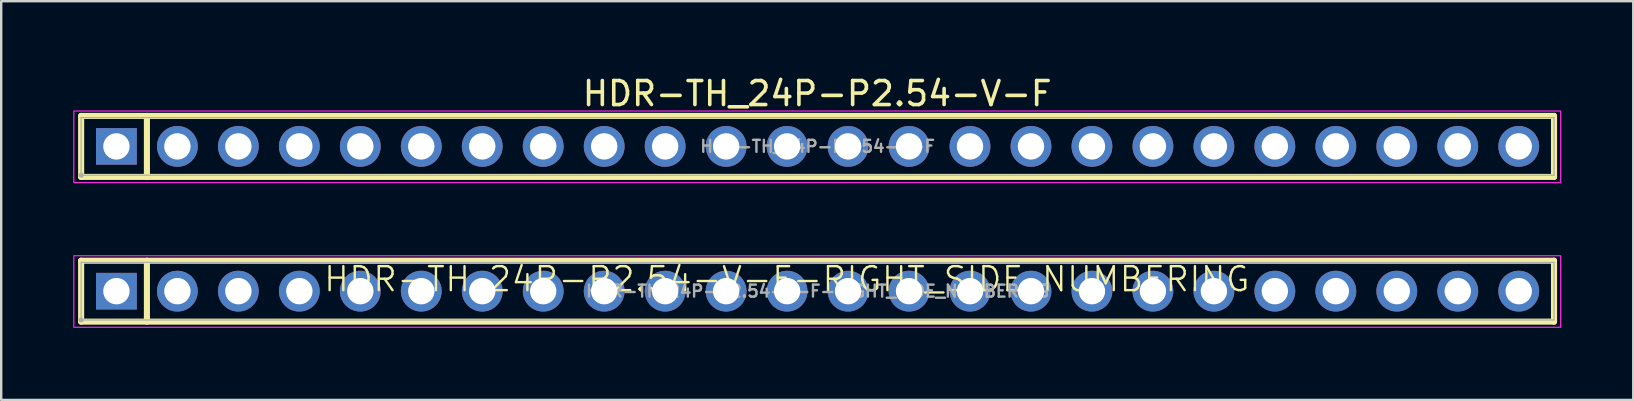
<source format=kicad_pcb>
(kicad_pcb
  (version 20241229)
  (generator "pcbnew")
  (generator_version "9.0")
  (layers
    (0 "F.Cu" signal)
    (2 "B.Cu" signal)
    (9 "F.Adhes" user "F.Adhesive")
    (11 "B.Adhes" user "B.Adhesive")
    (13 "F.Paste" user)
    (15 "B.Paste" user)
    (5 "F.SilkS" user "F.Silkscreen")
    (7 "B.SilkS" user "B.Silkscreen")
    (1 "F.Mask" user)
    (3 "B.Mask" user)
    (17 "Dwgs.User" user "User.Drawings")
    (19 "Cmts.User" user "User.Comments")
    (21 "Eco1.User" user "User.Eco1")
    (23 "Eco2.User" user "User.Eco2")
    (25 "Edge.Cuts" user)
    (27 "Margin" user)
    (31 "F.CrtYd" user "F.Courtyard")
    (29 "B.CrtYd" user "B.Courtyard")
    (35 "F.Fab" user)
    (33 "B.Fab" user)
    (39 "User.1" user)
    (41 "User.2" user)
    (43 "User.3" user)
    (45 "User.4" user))
  (footprint "HDR-TH_24P-P2.54-V-F"
    (layer "F.Cu")
    (at 31.01 3.049)
    (property "Reference" "HDR-TH_24P-P2.54-V-F" (at -0.015 -2.2 0) (layer "F.SilkS") (effects (font (size 1 1) (thickness 0.15))))
    (fp_line (start -30.68 -1.27) (end -30.68 1.27) (stroke (width 0.254) (type default)) (layer "F.SilkS"))
    (fp_line (start -30.68 -1.27) (end 30.68 -1.27) (stroke (width 0.254) (type default)) (layer "F.SilkS"))
    (fp_line (start -30.68 1.27) (end 30.68 1.27) (stroke (width 0.254) (type default)) (layer "F.SilkS"))
    (fp_line (start -27.94 -1.27) (end -27.94 1.27) (stroke (width 0.254) (type default)) (layer "F.SilkS"))
    (fp_line (start 30.68 -1.27) (end 30.68 1.27) (stroke (width 0.254) (type default)) (layer "F.SilkS"))
    (fp_rect (start -30.985 -1.476) (end 30.956 1.505) (stroke (width 0.05) (type default)) (fill no) (layer "F.CrtYd"))
    (fp_line (start -30.68 -1.2) (end 30.68 -1.2) (stroke (width 0.051) (type default)) (layer "F.Fab"))
    (fp_line (start -30.68 1.2) (end -30.68 -1.2) (stroke (width 0.051) (type default)) (layer "F.Fab"))
    (fp_line (start 30.68 -1.2) (end 30.68 1.2) (stroke (width 0.051) (type default)) (layer "F.Fab"))
    (fp_line (start 30.68 1.2) (end -30.68 1.2) (stroke (width 0.051) (type default)) (layer "F.Fab"))
    (fp_poly (pts (xy -30.625 1.177) (xy -30.657 1.145) (xy -30.703 1.145) (xy -30.735 1.177) (xy -30.735 1.223) (xy -30.703 1.255) (xy -30.657 1.255) (xy -30.625 1.223)) (stroke (width 0.1) (type default)) (fill no) (layer "F.Fab"))
    (fp_poly (pts (xy -29.53 -0.15) (xy -28.89 -0.15) (xy -28.89 0.15) (xy -29.53 0.15)) (stroke (width 0.1) (type default)) (fill no) (layer "User.1"))
    (fp_poly (pts (xy -26.99 -0.15) (xy -26.35 -0.15) (xy -26.35 0.15) (xy -26.99 0.15)) (stroke (width 0.1) (type default)) (fill no) (layer "User.1"))
    (fp_poly (pts (xy -24.45 -0.15) (xy -23.81 -0.15) (xy -23.81 0.15) (xy -24.45 0.15)) (stroke (width 0.1) (type default)) (fill no) (layer "User.1"))
    (fp_poly (pts (xy -21.91 -0.15) (xy -21.27 -0.15) (xy -21.27 0.15) (xy -21.91 0.15)) (stroke (width 0.1) (type default)) (fill no) (layer "User.1"))
    (fp_poly (pts (xy -19.37 -0.15) (xy -18.73 -0.15) (xy -18.73 0.15) (xy -19.37 0.15)) (stroke (width 0.1) (type default)) (fill no) (layer "User.1"))
    (fp_poly (pts (xy -16.83 -0.15) (xy -16.19 -0.15) (xy -16.19 0.15) (xy -16.83 0.15)) (stroke (width 0.1) (type default)) (fill no) (layer "User.1"))
    (fp_poly (pts (xy -14.29 -0.15) (xy -13.65 -0.15) (xy -13.65 0.15) (xy -14.29 0.15)) (stroke (width 0.1) (type default)) (fill no) (layer "User.1"))
    (fp_poly (pts (xy -11.75 -0.15) (xy -11.11 -0.15) (xy -11.11 0.15) (xy -11.75 0.15)) (stroke (width 0.1) (type default)) (fill no) (layer "User.1"))
    (fp_poly (pts (xy -9.21 -0.15) (xy -8.57 -0.15) (xy -8.57 0.15) (xy -9.21 0.15)) (stroke (width 0.1) (type default)) (fill no) (layer "User.1"))
    (fp_poly (pts (xy -6.67 -0.15) (xy -6.03 -0.15) (xy -6.03 0.15) (xy -6.67 0.15)) (stroke (width 0.1) (type default)) (fill no) (layer "User.1"))
    (fp_poly (pts (xy -4.13 -0.15) (xy -3.49 -0.15) (xy -3.49 0.15) (xy -4.13 0.15)) (stroke (width 0.1) (type default)) (fill no) (layer "User.1"))
    (fp_poly (pts (xy -1.59 -0.15) (xy -0.95 -0.15) (xy -0.95 0.15) (xy -1.59 0.15)) (stroke (width 0.1) (type default)) (fill no) (layer "User.1"))
    (fp_poly (pts (xy 0.95 -0.15) (xy 1.59 -0.15) (xy 1.59 0.15) (xy 0.95 0.15)) (stroke (width 0.1) (type default)) (fill no) (layer "User.1"))
    (fp_poly (pts (xy 3.49 -0.15) (xy 4.13 -0.15) (xy 4.13 0.15) (xy 3.49 0.15)) (stroke (width 0.1) (type default)) (fill no) (layer "User.1"))
    (fp_poly (pts (xy 6.03 -0.15) (xy 6.67 -0.15) (xy 6.67 0.15) (xy 6.03 0.15)) (stroke (width 0.1) (type default)) (fill no) (layer "User.1"))
    (fp_poly (pts (xy 8.57 -0.15) (xy 9.21 -0.15) (xy 9.21 0.15) (xy 8.57 0.15)) (stroke (width 0.1) (type default)) (fill no) (layer "User.1"))
    (fp_poly (pts (xy 11.11 -0.15) (xy 11.75 -0.15) (xy 11.75 0.15) (xy 11.11 0.15)) (stroke (width 0.1) (type default)) (fill no) (layer "User.1"))
    (fp_poly (pts (xy 13.65 -0.15) (xy 14.29 -0.15) (xy 14.29 0.15) (xy 13.65 0.15)) (stroke (width 0.1) (type default)) (fill no) (layer "User.1"))
    (fp_poly (pts (xy 16.19 -0.15) (xy 16.83 -0.15) (xy 16.83 0.15) (xy 16.19 0.15)) (stroke (width 0.1) (type default)) (fill no) (layer "User.1"))
    (fp_poly (pts (xy 18.73 -0.15) (xy 19.37 -0.15) (xy 19.37 0.15) (xy 18.73 0.15)) (stroke (width 0.1) (type default)) (fill no) (layer "User.1"))
    (fp_poly (pts (xy 21.27 -0.15) (xy 21.91 -0.15) (xy 21.91 0.15) (xy 21.27 0.15)) (stroke (width 0.1) (type default)) (fill no) (layer "User.1"))
    (fp_poly (pts (xy 23.81 -0.15) (xy 24.45 -0.15) (xy 24.45 0.15) (xy 23.81 0.15)) (stroke (width 0.1) (type default)) (fill no) (layer "User.1"))
    (fp_poly (pts (xy 26.35 -0.15) (xy 26.99 -0.15) (xy 26.99 0.15) (xy 26.35 0.15)) (stroke (width 0.1) (type default)) (fill no) (layer "User.1"))
    (fp_poly (pts (xy 28.89 -0.15) (xy 29.53 -0.15) (xy 29.53 0.15) (xy 28.89 0.15)) (stroke (width 0.1) (type default)) (fill no) (layer "User.1"))
    (fp_text user "${REFERENCE}" (at 0 0 0) (layer "F.Fab") (effects (font (size 0.5 0.5) (thickness 0.1))))
    (pad "1" thru_hole rect (at -29.21 0) (size 1.7 1.524) (drill 1.1) (layers "*.Cu" "*.Mask"))
    (pad "2" thru_hole circle (at -26.67 0) (size 1.7 1.7) (drill 1.1) (layers "*.Cu" "*.Mask"))
    (pad "3" thru_hole circle (at -24.13 0) (size 1.7 1.7) (drill 1.1) (layers "*.Cu" "*.Mask"))
    (pad "4" thru_hole circle (at -21.59 0) (size 1.7 1.7) (drill 1.1) (layers "*.Cu" "*.Mask"))
    (pad "5" thru_hole circle (at -19.05 0) (size 1.7 1.7) (drill 1.1) (layers "*.Cu" "*.Mask"))
    (pad "6" thru_hole circle (at -16.51 0) (size 1.7 1.7) (drill 1.1) (layers "*.Cu" "*.Mask"))
    (pad "7" thru_hole circle (at -13.97 0) (size 1.7 1.7) (drill 1.1) (layers "*.Cu" "*.Mask"))
    (pad "8" thru_hole circle (at -11.43 0) (size 1.7 1.7) (drill 1.1) (layers "*.Cu" "*.Mask"))
    (pad "9" thru_hole circle (at -8.89 0) (size 1.7 1.7) (drill 1.1) (layers "*.Cu" "*.Mask"))
    (pad "10" thru_hole circle (at -6.35 0) (size 1.7 1.7) (drill 1.1) (layers "*.Cu" "*.Mask"))
    (pad "11" thru_hole circle (at -3.81 0) (size 1.7 1.7) (drill 1.1) (layers "*.Cu" "*.Mask"))
    (pad "12" thru_hole circle (at -1.27 0) (size 1.7 1.7) (drill 1.1) (layers "*.Cu" "*.Mask"))
    (pad "13" thru_hole circle (at 1.27 0) (size 1.7 1.7) (drill 1.1) (layers "*.Cu" "*.Mask"))
    (pad "14" thru_hole circle (at 3.81 0) (size 1.7 1.7) (drill 1.1) (layers "*.Cu" "*.Mask"))
    (pad "15" thru_hole circle (at 6.35 0) (size 1.7 1.7) (drill 1.1) (layers "*.Cu" "*.Mask"))
    (pad "16" thru_hole circle (at 8.89 0) (size 1.7 1.7) (drill 1.1) (layers "*.Cu" "*.Mask"))
    (pad "17" thru_hole circle (at 11.43 0) (size 1.7 1.7) (drill 1.1) (layers "*.Cu" "*.Mask"))
    (pad "18" thru_hole circle (at 13.97 0) (size 1.7 1.7) (drill 1.1) (layers "*.Cu" "*.Mask"))
    (pad "19" thru_hole circle (at 16.51 0) (size 1.7 1.7) (drill 1.1) (layers "*.Cu" "*.Mask"))
    (pad "20" thru_hole circle (at 19.05 0) (size 1.7 1.7) (drill 1.1) (layers "*.Cu" "*.Mask"))
    (pad "21" thru_hole circle (at 21.59 0) (size 1.7 1.7) (drill 1.1) (layers "*.Cu" "*.Mask"))
    (pad "22" thru_hole circle (at 24.13 0) (size 1.7 1.7) (drill 1.1) (layers "*.Cu" "*.Mask"))
    (pad "23" thru_hole circle (at 26.67 0) (size 1.7 1.7) (drill 1.1) (layers "*.Cu" "*.Mask"))
    (pad "24" thru_hole circle (at 29.21 0) (size 1.7 1.7) (drill 1.1) (layers "*.Cu" "*.Mask")))
  (footprint "HDR-TH_24P-P2.54-V-F-RIGHT_SIDE_NUMBERING"
    (layer "F.Cu")
    (at 29.73 9.08)
    (property "Reference" "HDR-TH_24P-P2.54-V-F-RIGHT_SIDE_NUMBERING" (at 0 -0.5 0) (unlocked yes) (layer "F.SilkS") (effects (font (size 1 1) (thickness 0.1))))
    (attr exclude_from_pos_files)
    (fp_line (start -29.4 -1.27) (end -29.4 1.27) (stroke (width 0.254) (type default)) (layer "F.SilkS"))
    (fp_line (start -29.4 -1.27) (end 31.96 -1.27) (stroke (width 0.254) (type default)) (layer "F.SilkS"))
    (fp_line (start -29.4 1.27) (end 31.96 1.27) (stroke (width 0.254) (type default)) (layer "F.SilkS"))
    (fp_line (start -26.66 -1.27) (end -26.66 1.27) (stroke (width 0.254) (type default)) (layer "F.SilkS"))
    (fp_line (start 31.96 -1.27) (end 31.96 1.27) (stroke (width 0.254) (type default)) (layer "F.SilkS"))
    (fp_rect (start -29.705 -1.476) (end 32.236 1.505) (stroke (width 0.05) (type default)) (fill no) (layer "F.CrtYd"))
    (fp_line (start -29.4 -1.2) (end 31.96 -1.2) (stroke (width 0.051) (type default)) (layer "F.Fab"))
    (fp_line (start -29.4 1.2) (end -29.4 -1.2) (stroke (width 0.051) (type default)) (layer "F.Fab"))
    (fp_line (start 31.96 -1.2) (end 31.96 1.2) (stroke (width 0.051) (type default)) (layer "F.Fab"))
    (fp_line (start 31.96 1.2) (end -29.4 1.2) (stroke (width 0.051) (type default)) (layer "F.Fab"))
    (fp_poly (pts (xy -29.345 1.177) (xy -29.377 1.145) (xy -29.423 1.145) (xy -29.455 1.177) (xy -29.455 1.223) (xy -29.423 1.255) (xy -29.377 1.255) (xy -29.345 1.223)) (stroke (width 0.1) (type default)) (fill no) (layer "F.Fab"))
    (fp_poly (pts (xy -28.25 -0.15) (xy -27.61 -0.15) (xy -27.61 0.15) (xy -28.25 0.15)) (stroke (width 0.1) (type default)) (fill no) (layer "User.1"))
    (fp_poly (pts (xy -25.71 -0.15) (xy -25.07 -0.15) (xy -25.07 0.15) (xy -25.71 0.15)) (stroke (width 0.1) (type default)) (fill no) (layer "User.1"))
    (fp_poly (pts (xy -23.17 -0.15) (xy -22.53 -0.15) (xy -22.53 0.15) (xy -23.17 0.15)) (stroke (width 0.1) (type default)) (fill no) (layer "User.1"))
    (fp_poly (pts (xy -20.63 -0.15) (xy -19.99 -0.15) (xy -19.99 0.15) (xy -20.63 0.15)) (stroke (width 0.1) (type default)) (fill no) (layer "User.1"))
    (fp_poly (pts (xy -18.09 -0.15) (xy -17.45 -0.15) (xy -17.45 0.15) (xy -18.09 0.15)) (stroke (width 0.1) (type default)) (fill no) (layer "User.1"))
    (fp_poly (pts (xy -15.55 -0.15) (xy -14.91 -0.15) (xy -14.91 0.15) (xy -15.55 0.15)) (stroke (width 0.1) (type default)) (fill no) (layer "User.1"))
    (fp_poly (pts (xy -13.01 -0.15) (xy -12.37 -0.15) (xy -12.37 0.15) (xy -13.01 0.15)) (stroke (width 0.1) (type default)) (fill no) (layer "User.1"))
    (fp_poly (pts (xy -10.47 -0.15) (xy -9.83 -0.15) (xy -9.83 0.15) (xy -10.47 0.15)) (stroke (width 0.1) (type default)) (fill no) (layer "User.1"))
    (fp_poly (pts (xy -7.93 -0.15) (xy -7.29 -0.15) (xy -7.29 0.15) (xy -7.93 0.15)) (stroke (width 0.1) (type default)) (fill no) (layer "User.1"))
    (fp_poly (pts (xy -5.39 -0.15) (xy -4.75 -0.15) (xy -4.75 0.15) (xy -5.39 0.15)) (stroke (width 0.1) (type default)) (fill no) (layer "User.1"))
    (fp_poly (pts (xy -2.85 -0.15) (xy -2.21 -0.15) (xy -2.21 0.15) (xy -2.85 0.15)) (stroke (width 0.1) (type default)) (fill no) (layer "User.1"))
    (fp_poly (pts (xy -0.31 -0.15) (xy 0.33 -0.15) (xy 0.33 0.15) (xy -0.31 0.15)) (stroke (width 0.1) (type default)) (fill no) (layer "User.1"))
    (fp_poly (pts (xy 2.23 -0.15) (xy 2.87 -0.15) (xy 2.87 0.15) (xy 2.23 0.15)) (stroke (width 0.1) (type default)) (fill no) (layer "User.1"))
    (fp_poly (pts (xy 4.77 -0.15) (xy 5.41 -0.15) (xy 5.41 0.15) (xy 4.77 0.15)) (stroke (width 0.1) (type default)) (fill no) (layer "User.1"))
    (fp_poly (pts (xy 7.31 -0.15) (xy 7.95 -0.15) (xy 7.95 0.15) (xy 7.31 0.15)) (stroke (width 0.1) (type default)) (fill no) (layer "User.1"))
    (fp_poly (pts (xy 9.85 -0.15) (xy 10.49 -0.15) (xy 10.49 0.15) (xy 9.85 0.15)) (stroke (width 0.1) (type default)) (fill no) (layer "User.1"))
    (fp_poly (pts (xy 12.39 -0.15) (xy 13.03 -0.15) (xy 13.03 0.15) (xy 12.39 0.15)) (stroke (width 0.1) (type default)) (fill no) (layer "User.1"))
    (fp_poly (pts (xy 14.93 -0.15) (xy 15.57 -0.15) (xy 15.57 0.15) (xy 14.93 0.15)) (stroke (width 0.1) (type default)) (fill no) (layer "User.1"))
    (fp_poly (pts (xy 17.47 -0.15) (xy 18.11 -0.15) (xy 18.11 0.15) (xy 17.47 0.15)) (stroke (width 0.1) (type default)) (fill no) (layer "User.1"))
    (fp_poly (pts (xy 20.01 -0.15) (xy 20.65 -0.15) (xy 20.65 0.15) (xy 20.01 0.15)) (stroke (width 0.1) (type default)) (fill no) (layer "User.1"))
    (fp_poly (pts (xy 22.55 -0.15) (xy 23.19 -0.15) (xy 23.19 0.15) (xy 22.55 0.15)) (stroke (width 0.1) (type default)) (fill no) (layer "User.1"))
    (fp_poly (pts (xy 25.09 -0.15) (xy 25.73 -0.15) (xy 25.73 0.15) (xy 25.09 0.15)) (stroke (width 0.1) (type default)) (fill no) (layer "User.1"))
    (fp_poly (pts (xy 27.63 -0.15) (xy 28.27 -0.15) (xy 28.27 0.15) (xy 27.63 0.15)) (stroke (width 0.1) (type default)) (fill no) (layer "User.1"))
    (fp_poly (pts (xy 30.17 -0.15) (xy 30.81 -0.15) (xy 30.81 0.15) (xy 30.17 0.15)) (stroke (width 0.1) (type default)) (fill no) (layer "User.1"))
    (fp_text user "${REFERENCE}" (at 1.28 0 0) (layer "F.Fab") (effects (font (size 0.5 0.5) (thickness 0.1))))
    (pad "25" thru_hole rect (at -27.93 0) (size 1.7 1.524) (drill 1.1) (layers "*.Cu" "*.Mask"))
    (pad "26" thru_hole circle (at -25.39 0) (size 1.7 1.7) (drill 1.1) (layers "*.Cu" "*.Mask"))
    (pad "27" thru_hole circle (at -22.85 0) (size 1.7 1.7) (drill 1.1) (layers "*.Cu" "*.Mask"))
    (pad "28" thru_hole circle (at -20.31 0) (size 1.7 1.7) (drill 1.1) (layers "*.Cu" "*.Mask"))
    (pad "29" thru_hole circle (at -17.77 0) (size 1.7 1.7) (drill 1.1) (layers "*.Cu" "*.Mask"))
    (pad "30" thru_hole circle (at -15.23 0) (size 1.7 1.7) (drill 1.1) (layers "*.Cu" "*.Mask"))
    (pad "31" thru_hole circle (at -12.69 0) (size 1.7 1.7) (drill 1.1) (layers "*.Cu" "*.Mask"))
    (pad "32" thru_hole circle (at -10.15 0) (size 1.7 1.7) (drill 1.1) (layers "*.Cu" "*.Mask"))
    (pad "33" thru_hole circle (at -7.61 0) (size 1.7 1.7) (drill 1.1) (layers "*.Cu" "*.Mask"))
    (pad "34" thru_hole circle (at -5.07 0) (size 1.7 1.7) (drill 1.1) (layers "*.Cu" "*.Mask"))
    (pad "35" thru_hole circle (at -2.53 0) (size 1.7 1.7) (drill 1.1) (layers "*.Cu" "*.Mask"))
    (pad "36" thru_hole circle (at 0.01 0) (size 1.7 1.7) (drill 1.1) (layers "*.Cu" "*.Mask"))
    (pad "37" thru_hole circle (at 2.55 0) (size 1.7 1.7) (drill 1.1) (layers "*.Cu" "*.Mask"))
    (pad "38" thru_hole circle (at 5.09 0) (size 1.7 1.7) (drill 1.1) (layers "*.Cu" "*.Mask"))
    (pad "39" thru_hole circle (at 7.63 0) (size 1.7 1.7) (drill 1.1) (layers "*.Cu" "*.Mask"))
    (pad "40" thru_hole circle (at 10.17 0) (size 1.7 1.7) (drill 1.1) (layers "*.Cu" "*.Mask"))
    (pad "41" thru_hole circle (at 12.71 0) (size 1.7 1.7) (drill 1.1) (layers "*.Cu" "*.Mask"))
    (pad "42" thru_hole circle (at 15.25 0) (size 1.7 1.7) (drill 1.1) (layers "*.Cu" "*.Mask"))
    (pad "43" thru_hole circle (at 17.79 0) (size 1.7 1.7) (drill 1.1) (layers "*.Cu" "*.Mask"))
    (pad "44" thru_hole circle (at 20.33 0) (size 1.7 1.7) (drill 1.1) (layers "*.Cu" "*.Mask"))
    (pad "45" thru_hole circle (at 22.87 0) (size 1.7 1.7) (drill 1.1) (layers "*.Cu" "*.Mask"))
    (pad "46" thru_hole circle (at 25.41 0) (size 1.7 1.7) (drill 1.1) (layers "*.Cu" "*.Mask"))
    (pad "47" thru_hole circle (at 27.95 0) (size 1.7 1.7) (drill 1.1) (layers "*.Cu" "*.Mask"))
    (pad "48" thru_hole circle (at 30.49 0) (size 1.7 1.7) (drill 1.1) (layers "*.Cu" "*.Mask")))
  (gr_rect
    (start -3 -3)
    (end 64.991 13.61)
    (stroke (width 0.1) (type default))
    (fill no)
    (layer "Edge.Cuts")))
</source>
